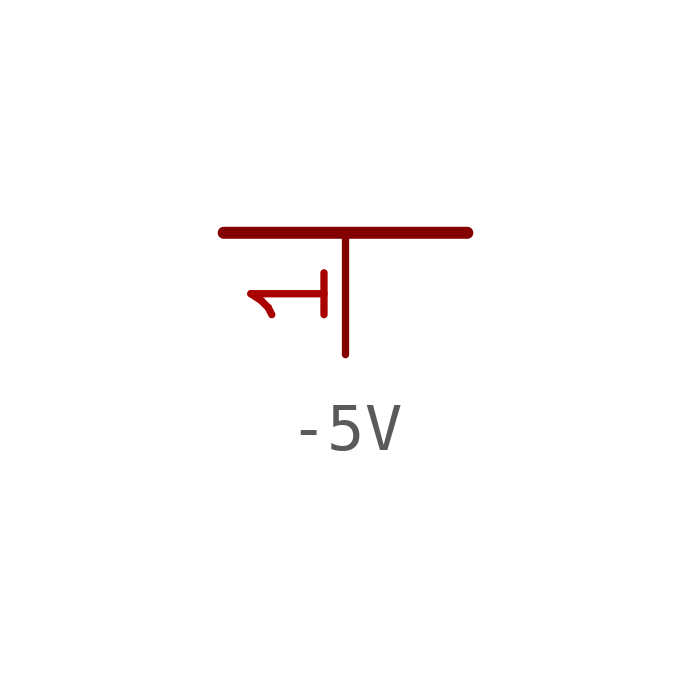
<source format=kicad_sym>
(kicad_symbol_lib
  (version 20241209)
  (generator "kicad_symbol_editor")
  (generator_version "9.0")
  (symbol "-5V"
    (power)
    (property "Reference" "#NetPort"
      (at 0 0 0)
      (effects (font (size 1.27 1.27)) (hide yes)))
    (property "ki_locked" ""
      (at 0 0 0)
      (effects (font (size 1.27 1.27))))
    (symbol "-5V_1_0"
      (polyline (pts (xy -2.54 0) (xy 2.54 0)) (stroke (width 0.25) (type solid)) (fill (type none)))
      (pin power_in line (at 0 -2.54 90) (length 2.54) (name "-5V" (effects (font (size 0 0)))) (number "1" (effects (font (size 1.524 1.524))))))))
</source>
